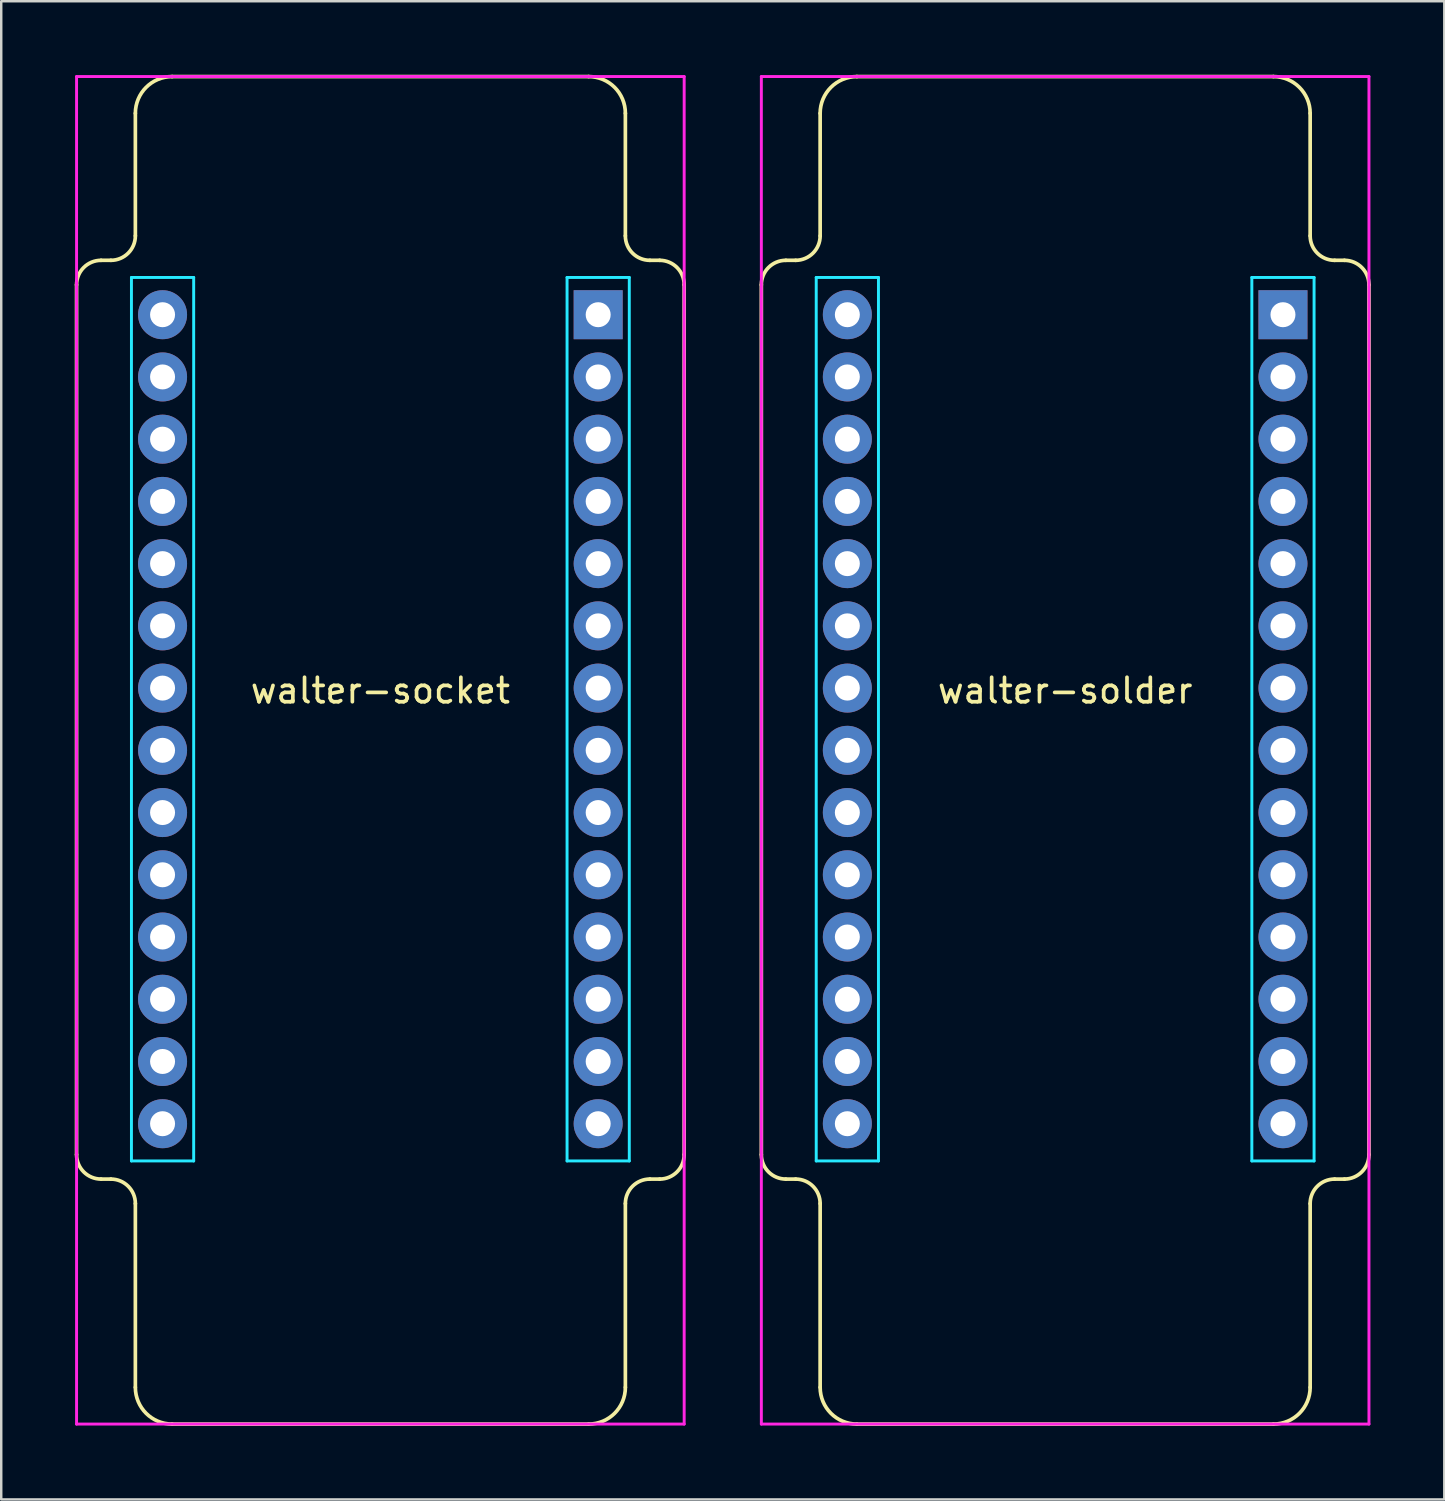
<source format=kicad_pcb>
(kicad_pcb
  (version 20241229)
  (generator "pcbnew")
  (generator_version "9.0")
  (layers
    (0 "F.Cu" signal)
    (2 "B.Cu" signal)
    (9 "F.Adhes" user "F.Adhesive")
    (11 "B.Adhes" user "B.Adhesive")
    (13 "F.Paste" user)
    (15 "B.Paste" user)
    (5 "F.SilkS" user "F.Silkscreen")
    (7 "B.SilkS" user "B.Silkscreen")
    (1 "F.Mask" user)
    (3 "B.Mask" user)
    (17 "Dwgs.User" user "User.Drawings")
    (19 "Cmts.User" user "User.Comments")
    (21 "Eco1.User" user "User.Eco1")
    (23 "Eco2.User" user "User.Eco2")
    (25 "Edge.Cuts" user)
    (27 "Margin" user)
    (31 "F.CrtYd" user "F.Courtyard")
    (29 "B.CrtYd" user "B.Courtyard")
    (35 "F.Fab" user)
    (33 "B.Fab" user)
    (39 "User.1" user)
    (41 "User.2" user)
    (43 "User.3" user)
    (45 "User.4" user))
  (footprint "walter-socket"
    (layer "F.Cu")
    (at 12.475 26.305)
    (property "Reference" "walter-socket" (at 0 -1.168 180) (layer "F.SilkS") (effects (font (size 1 1) (thickness 0.15))))
    (attr through_hole)
    (fp_line (start -12.4 -17.73) (end -12.4 17.77) (stroke (width 0.15) (type solid)) (layer "F.SilkS"))
    (fp_line (start -11 -18.73) (end -11.4 -18.73) (stroke (width 0.15) (type solid)) (layer "F.SilkS"))
    (fp_line (start -11 18.77) (end -11.4 18.77) (stroke (width 0.15) (type solid)) (layer "F.SilkS"))
    (fp_line (start -10 -24.73) (end -10 -19.73) (stroke (width 0.15) (type solid)) (layer "F.SilkS"))
    (fp_line (start -10 27.27) (end -10 19.77) (stroke (width 0.15) (type solid)) (layer "F.SilkS"))
    (fp_line (start -8.5 -26.23) (end 8.5 -26.23) (stroke (width 0.15) (type solid)) (layer "F.SilkS"))
    (fp_line (start 8.5 28.77) (end -8.5 28.77) (stroke (width 0.15) (type solid)) (layer "F.SilkS"))
    (fp_line (start 10 -19.73) (end 10 -24.73) (stroke (width 0.15) (type solid)) (layer "F.SilkS"))
    (fp_line (start 10 19.77) (end 10 27.27) (stroke (width 0.15) (type solid)) (layer "F.SilkS"))
    (fp_line (start 11.4 -18.73) (end 11 -18.73) (stroke (width 0.15) (type solid)) (layer "F.SilkS"))
    (fp_line (start 11.4 18.77) (end 11 18.77) (stroke (width 0.15) (type solid)) (layer "F.SilkS"))
    (fp_line (start 12.4 17.77) (end 12.4 -17.73) (stroke (width 0.15) (type solid)) (layer "F.SilkS"))
    (fp_arc (start -12.4 -17.7298) (mid -12.107107 -18.436907) (end -11.4 -18.7298) (stroke (width 0.15) (type solid)) (layer "F.SilkS"))
    (fp_arc (start -11.4 18.7702) (mid -12.107107 18.477307) (end -12.4 17.7702) (stroke (width 0.15) (type solid)) (layer "F.SilkS"))
    (fp_arc (start -11 18.7702) (mid -10.292893 19.063093) (end -10 19.7702) (stroke (width 0.15) (type solid)) (layer "F.SilkS"))
    (fp_arc (start -10 -24.7298) (mid -9.56066 -25.79046) (end -8.5 -26.2298) (stroke (width 0.15) (type solid)) (layer "F.SilkS"))
    (fp_arc (start -10 -19.7298) (mid -10.292893 -19.022693) (end -11 -18.7298) (stroke (width 0.15) (type solid)) (layer "F.SilkS"))
    (fp_arc (start -8.5 28.7702) (mid -9.56066 28.33086) (end -10 27.2702) (stroke (width 0.15) (type solid)) (layer "F.SilkS"))
    (fp_arc (start 8.5 -26.2298) (mid 9.56066 -25.79046) (end 10 -24.7298) (stroke (width 0.15) (type solid)) (layer "F.SilkS"))
    (fp_arc (start 10 19.7702) (mid 10.292893 19.063093) (end 11 18.7702) (stroke (width 0.15) (type solid)) (layer "F.SilkS"))
    (fp_arc (start 10 27.2702) (mid 9.56066 28.33086) (end 8.5 28.7702) (stroke (width 0.15) (type solid)) (layer "F.SilkS"))
    (fp_arc (start 11 -18.7298) (mid 10.292893 -19.022693) (end 10 -19.7298) (stroke (width 0.15) (type solid)) (layer "F.SilkS"))
    (fp_arc (start 11.4 -18.7298) (mid 12.107107 -18.436907) (end 12.4 -17.7298) (stroke (width 0.15) (type solid)) (layer "F.SilkS"))
    (fp_arc (start 12.4 17.7702) (mid 12.107107 18.477307) (end 11.4 18.7702) (stroke (width 0.15) (type solid)) (layer "F.SilkS"))
    (fp_line (start -10.16 -18.03) (end -7.62 -18.03) (stroke (width 0.12) (type solid)) (layer "B.CrtYd"))
    (fp_line (start -10.16 18.03) (end -10.16 -18.03) (stroke (width 0.12) (type solid)) (layer "B.CrtYd"))
    (fp_line (start -7.62 -18.03) (end -7.62 18.03) (stroke (width 0.12) (type solid)) (layer "B.CrtYd"))
    (fp_line (start -7.62 18.03) (end -10.16 18.03) (stroke (width 0.12) (type solid)) (layer "B.CrtYd"))
    (fp_line (start 7.62 -18.03) (end 10.16 -18.03) (stroke (width 0.12) (type solid)) (layer "B.CrtYd"))
    (fp_line (start 7.62 18.03) (end 7.62 -18.03) (stroke (width 0.12) (type solid)) (layer "B.CrtYd"))
    (fp_line (start 10.16 -18.03) (end 10.16 18.03) (stroke (width 0.12) (type solid)) (layer "B.CrtYd"))
    (fp_line (start 10.16 18.03) (end 7.62 18.03) (stroke (width 0.12) (type solid)) (layer "B.CrtYd"))
    (fp_line (start -12.4 -26.23) (end 12.4 -26.23) (stroke (width 0.12) (type solid)) (layer "F.CrtYd"))
    (fp_line (start -12.4 28.77) (end -12.4 -26.23) (stroke (width 0.12) (type solid)) (layer "F.CrtYd"))
    (fp_line (start 12.4 -26.23) (end 12.4 28.77) (stroke (width 0.12) (type solid)) (layer "F.CrtYd"))
    (fp_line (start 12.4 28.77) (end -12.4 28.77) (stroke (width 0.12) (type solid)) (layer "F.CrtYd"))
    (pad "1" thru_hole circle (at -8.89 -16.51 270) (size 2 2) (drill 1.02) (layers "*.Cu" "*.Mask"))
    (pad "2" thru_hole circle (at -8.89 -13.97 270) (size 2 2) (drill 1.02) (layers "*.Cu" "*.Mask"))
    (pad "3" thru_hole circle (at -8.89 -11.43 270) (size 2 2) (drill 1.02) (layers "*.Cu" "*.Mask"))
    (pad "4" thru_hole circle (at -8.89 -8.89 270) (size 2 2) (drill 1.02) (layers "*.Cu" "*.Mask"))
    (pad "5" thru_hole circle (at -8.89 -6.35 270) (size 2 2) (drill 1.02) (layers "*.Cu" "*.Mask"))
    (pad "6" thru_hole circle (at -8.89 -3.81 270) (size 2 2) (drill 1.02) (layers "*.Cu" "*.Mask"))
    (pad "7" thru_hole circle (at -8.89 -1.27 270) (size 2 2) (drill 1.02) (layers "*.Cu" "*.Mask"))
    (pad "8" thru_hole circle (at -8.89 1.27 270) (size 2 2) (drill 1.02) (layers "*.Cu" "*.Mask"))
    (pad "9" thru_hole circle (at -8.89 3.81 270) (size 2 2) (drill 1.02) (layers "*.Cu" "*.Mask"))
    (pad "10" thru_hole circle (at -8.89 6.35 270) (size 2 2) (drill 1.02) (layers "*.Cu" "*.Mask"))
    (pad "10" thru_hole circle (at 8.89 3.81 270) (size 2 2) (drill 1.02) (layers "*.Cu" "*.Mask"))
    (pad "11" thru_hole circle (at -8.89 8.89 270) (size 2 2) (drill 1.02) (layers "*.Cu" "*.Mask"))
    (pad "12" thru_hole circle (at -8.89 11.43 270) (size 2 2) (drill 1.02) (layers "*.Cu" "*.Mask"))
    (pad "13" thru_hole circle (at -8.89 13.97 270) (size 2 2) (drill 1.02) (layers "*.Cu" "*.Mask"))
    (pad "14" thru_hole circle (at -8.89 16.51 270) (size 2 2) (drill 1.02) (layers "*.Cu" "*.Mask"))
    (pad "15" thru_hole circle (at 8.89 16.51 270) (size 2 2) (drill 1.02) (layers "*.Cu" "*.Mask"))
    (pad "16" thru_hole circle (at 8.89 13.97 270) (size 2 2) (drill 1.02) (layers "*.Cu" "*.Mask"))
    (pad "17" thru_hole circle (at 8.89 11.43 270) (size 2 2) (drill 1.02) (layers "*.Cu" "*.Mask"))
    (pad "18" thru_hole circle (at 8.89 8.89 270) (size 2 2) (drill 1.02) (layers "*.Cu" "*.Mask"))
    (pad "19" thru_hole circle (at 8.89 6.35 270) (size 2 2) (drill 1.02) (layers "*.Cu" "*.Mask"))
    (pad "21" thru_hole circle (at 8.89 1.27 270) (size 2 2) (drill 1.02) (layers "*.Cu" "*.Mask"))
    (pad "22" thru_hole circle (at 8.89 -1.27 270) (size 2 2) (drill 1.02) (layers "*.Cu" "*.Mask"))
    (pad "23" thru_hole circle (at 8.89 -3.81 270) (size 2 2) (drill 1.02) (layers "*.Cu" "*.Mask"))
    (pad "24" thru_hole circle (at 8.89 -6.35 270) (size 2 2) (drill 1.02) (layers "*.Cu" "*.Mask"))
    (pad "25" thru_hole circle (at 8.89 -8.89 270) (size 2 2) (drill 1.02) (layers "*.Cu" "*.Mask"))
    (pad "26" thru_hole circle (at 8.89 -11.43 270) (size 2 2) (drill 1.02) (layers "*.Cu" "*.Mask"))
    (pad "27" thru_hole circle (at 8.89 -13.97 270) (size 2 2) (drill 1.02) (layers "*.Cu" "*.Mask"))
    (pad "28" thru_hole rect (at 8.89 -16.51 270) (size 2 2) (drill 1.02) (layers "*.Cu" "*.Mask"))
    (zone (net_name "") (layers "F.Cu" "B.Cu") (name "Antenna Keepout") (hatch edge 0.508) (connect_pads) (min_thickness 0.254) (filled_areas_thickness no) (keepout (tracks not_allowed) (vias not_allowed) (pads not_allowed) (copperpour not_allowed) (footprints not_allowed)) (placement (enabled no)) (fill) (polygon (pts (xy 24.875 55.075) (xy 0.075 55.075) (xy 0.075 49.075) (xy 24.875 49.075)))))
  (footprint "walter-solder"
    (layer "F.Cu")
    (at 40.425 26.305)
    (property "Reference" "walter-solder" (at 0 -1.168 180) (layer "F.SilkS") (effects (font (size 1 1) (thickness 0.15))))
    (attr through_hole)
    (fp_line (start -12.4 -17.73) (end -12.4 17.77) (stroke (width 0.15) (type solid)) (layer "F.SilkS"))
    (fp_line (start -11 -18.73) (end -11.4 -18.73) (stroke (width 0.15) (type solid)) (layer "F.SilkS"))
    (fp_line (start -11 18.77) (end -11.4 18.77) (stroke (width 0.15) (type solid)) (layer "F.SilkS"))
    (fp_line (start -10 -24.73) (end -10 -19.73) (stroke (width 0.15) (type solid)) (layer "F.SilkS"))
    (fp_line (start -10 27.27) (end -10 19.77) (stroke (width 0.15) (type solid)) (layer "F.SilkS"))
    (fp_line (start -8.5 -26.23) (end 8.5 -26.23) (stroke (width 0.15) (type solid)) (layer "F.SilkS"))
    (fp_line (start 8.5 28.77) (end -8.5 28.77) (stroke (width 0.15) (type solid)) (layer "F.SilkS"))
    (fp_line (start 10 -19.73) (end 10 -24.73) (stroke (width 0.15) (type solid)) (layer "F.SilkS"))
    (fp_line (start 10 19.77) (end 10 27.27) (stroke (width 0.15) (type solid)) (layer "F.SilkS"))
    (fp_line (start 11.4 -18.73) (end 11 -18.73) (stroke (width 0.15) (type solid)) (layer "F.SilkS"))
    (fp_line (start 11.4 18.77) (end 11 18.77) (stroke (width 0.15) (type solid)) (layer "F.SilkS"))
    (fp_line (start 12.4 17.77) (end 12.4 -17.73) (stroke (width 0.15) (type solid)) (layer "F.SilkS"))
    (fp_arc (start -12.4 -17.7298) (mid -12.107107 -18.436907) (end -11.4 -18.7298) (stroke (width 0.15) (type solid)) (layer "F.SilkS"))
    (fp_arc (start -11.4 18.7702) (mid -12.107107 18.477307) (end -12.4 17.7702) (stroke (width 0.15) (type solid)) (layer "F.SilkS"))
    (fp_arc (start -11 18.7702) (mid -10.292893 19.063093) (end -10 19.7702) (stroke (width 0.15) (type solid)) (layer "F.SilkS"))
    (fp_arc (start -10 -24.7298) (mid -9.56066 -25.79046) (end -8.5 -26.2298) (stroke (width 0.15) (type solid)) (layer "F.SilkS"))
    (fp_arc (start -10 -19.7298) (mid -10.292893 -19.022693) (end -11 -18.7298) (stroke (width 0.15) (type solid)) (layer "F.SilkS"))
    (fp_arc (start -8.5 28.7702) (mid -9.56066 28.33086) (end -10 27.2702) (stroke (width 0.15) (type solid)) (layer "F.SilkS"))
    (fp_arc (start 8.5 -26.2298) (mid 9.56066 -25.79046) (end 10 -24.7298) (stroke (width 0.15) (type solid)) (layer "F.SilkS"))
    (fp_arc (start 10 19.7702) (mid 10.292893 19.063093) (end 11 18.7702) (stroke (width 0.15) (type solid)) (layer "F.SilkS"))
    (fp_arc (start 10 27.2702) (mid 9.56066 28.33086) (end 8.5 28.7702) (stroke (width 0.15) (type solid)) (layer "F.SilkS"))
    (fp_arc (start 11 -18.7298) (mid 10.292893 -19.022693) (end 10 -19.7298) (stroke (width 0.15) (type solid)) (layer "F.SilkS"))
    (fp_arc (start 11.4 -18.7298) (mid 12.107107 -18.436907) (end 12.4 -17.7298) (stroke (width 0.15) (type solid)) (layer "F.SilkS"))
    (fp_arc (start 12.4 17.7702) (mid 12.107107 18.477307) (end 11.4 18.7702) (stroke (width 0.15) (type solid)) (layer "F.SilkS"))
    (fp_line (start -10.16 -18.03) (end -7.62 -18.03) (stroke (width 0.12) (type solid)) (layer "B.CrtYd"))
    (fp_line (start -10.16 18.03) (end -10.16 -18.03) (stroke (width 0.12) (type solid)) (layer "B.CrtYd"))
    (fp_line (start -7.62 -18.03) (end -7.62 18.03) (stroke (width 0.12) (type solid)) (layer "B.CrtYd"))
    (fp_line (start -7.62 18.03) (end -10.16 18.03) (stroke (width 0.12) (type solid)) (layer "B.CrtYd"))
    (fp_line (start 7.62 -18.03) (end 10.16 -18.03) (stroke (width 0.12) (type solid)) (layer "B.CrtYd"))
    (fp_line (start 7.62 18.03) (end 7.62 -18.03) (stroke (width 0.12) (type solid)) (layer "B.CrtYd"))
    (fp_line (start 10.16 -18.03) (end 10.16 18.03) (stroke (width 0.12) (type solid)) (layer "B.CrtYd"))
    (fp_line (start 10.16 18.03) (end 7.62 18.03) (stroke (width 0.12) (type solid)) (layer "B.CrtYd"))
    (fp_line (start -12.4 -26.23) (end 12.4 -26.23) (stroke (width 0.12) (type solid)) (layer "F.CrtYd"))
    (fp_line (start -12.4 28.77) (end -12.4 -26.23) (stroke (width 0.12) (type solid)) (layer "F.CrtYd"))
    (fp_line (start 12.4 -26.23) (end 12.4 28.77) (stroke (width 0.12) (type solid)) (layer "F.CrtYd"))
    (fp_line (start 12.4 28.77) (end -12.4 28.77) (stroke (width 0.12) (type solid)) (layer "F.CrtYd"))
    (pad "1" thru_hole circle (at -8.89 -16.51 270) (size 2 2) (drill 1.02) (layers "*.Cu" "*.Mask"))
    (pad "2" thru_hole circle (at -8.89 -13.97 270) (size 2 2) (drill 1.02) (layers "*.Cu" "*.Mask"))
    (pad "3" thru_hole circle (at -8.89 -11.43 270) (size 2 2) (drill 1.02) (layers "*.Cu" "*.Mask"))
    (pad "4" thru_hole circle (at -8.89 -8.89 270) (size 2 2) (drill 1.02) (layers "*.Cu" "*.Mask"))
    (pad "5" thru_hole circle (at -8.89 -6.35 270) (size 2 2) (drill 1.02) (layers "*.Cu" "*.Mask"))
    (pad "6" thru_hole circle (at -8.89 -3.81 270) (size 2 2) (drill 1.02) (layers "*.Cu" "*.Mask"))
    (pad "7" thru_hole circle (at -8.89 -1.27 270) (size 2 2) (drill 1.02) (layers "*.Cu" "*.Mask"))
    (pad "8" thru_hole circle (at -8.89 1.27 270) (size 2 2) (drill 1.02) (layers "*.Cu" "*.Mask"))
    (pad "9" thru_hole circle (at -8.89 3.81 270) (size 2 2) (drill 1.02) (layers "*.Cu" "*.Mask"))
    (pad "10" thru_hole circle (at -8.89 6.35 270) (size 2 2) (drill 1.02) (layers "*.Cu" "*.Mask"))
    (pad "10" thru_hole circle (at 8.89 3.81 270) (size 2 2) (drill 1.02) (layers "*.Cu" "*.Mask"))
    (pad "11" thru_hole circle (at -8.89 8.89 270) (size 2 2) (drill 1.02) (layers "*.Cu" "*.Mask"))
    (pad "12" thru_hole circle (at -8.89 11.43 270) (size 2 2) (drill 1.02) (layers "*.Cu" "*.Mask"))
    (pad "13" thru_hole circle (at -8.89 13.97 270) (size 2 2) (drill 1.02) (layers "*.Cu" "*.Mask"))
    (pad "14" thru_hole circle (at -8.89 16.51 270) (size 2 2) (drill 1.02) (layers "*.Cu" "*.Mask"))
    (pad "15" thru_hole circle (at 8.89 16.51 270) (size 2 2) (drill 1.02) (layers "*.Cu" "*.Mask"))
    (pad "16" thru_hole circle (at 8.89 13.97 270) (size 2 2) (drill 1.02) (layers "*.Cu" "*.Mask"))
    (pad "17" thru_hole circle (at 8.89 11.43 270) (size 2 2) (drill 1.02) (layers "*.Cu" "*.Mask"))
    (pad "18" thru_hole circle (at 8.89 8.89 270) (size 2 2) (drill 1.02) (layers "*.Cu" "*.Mask"))
    (pad "19" thru_hole circle (at 8.89 6.35 270) (size 2 2) (drill 1.02) (layers "*.Cu" "*.Mask"))
    (pad "21" thru_hole circle (at 8.89 1.27 270) (size 2 2) (drill 1.02) (layers "*.Cu" "*.Mask"))
    (pad "22" thru_hole circle (at 8.89 -1.27 270) (size 2 2) (drill 1.02) (layers "*.Cu" "*.Mask"))
    (pad "23" thru_hole circle (at 8.89 -3.81 270) (size 2 2) (drill 1.02) (layers "*.Cu" "*.Mask"))
    (pad "24" thru_hole circle (at 8.89 -6.35 270) (size 2 2) (drill 1.02) (layers "*.Cu" "*.Mask"))
    (pad "25" thru_hole circle (at 8.89 -8.89 270) (size 2 2) (drill 1.02) (layers "*.Cu" "*.Mask"))
    (pad "26" thru_hole circle (at 8.89 -11.43 270) (size 2 2) (drill 1.02) (layers "*.Cu" "*.Mask"))
    (pad "27" thru_hole circle (at 8.89 -13.97 270) (size 2 2) (drill 1.02) (layers "*.Cu" "*.Mask"))
    (pad "28" thru_hole rect (at 8.89 -16.51 270) (size 2 2) (drill 1.02) (layers "*.Cu" "*.Mask"))
    (zone (net_name "") (layers "F.Cu" "B.Cu") (name "Antenna Keepout") (hatch edge 0.508) (connect_pads) (min_thickness 0.254) (filled_areas_thickness no) (keepout (tracks not_allowed) (vias not_allowed) (pads not_allowed) (copperpour not_allowed) (footprints not_allowed)) (placement (enabled no)) (fill) (polygon (pts (xy 52.825 55.075) (xy 28.025 55.075) (xy 28.025 49.075) (xy 52.825 49.075)))))
  (gr_rect
    (start -3 -3)
    (end 55.9 58.15)
    (stroke (width 0.1) (type default))
    (fill no)
    (layer "Edge.Cuts")))
</source>
